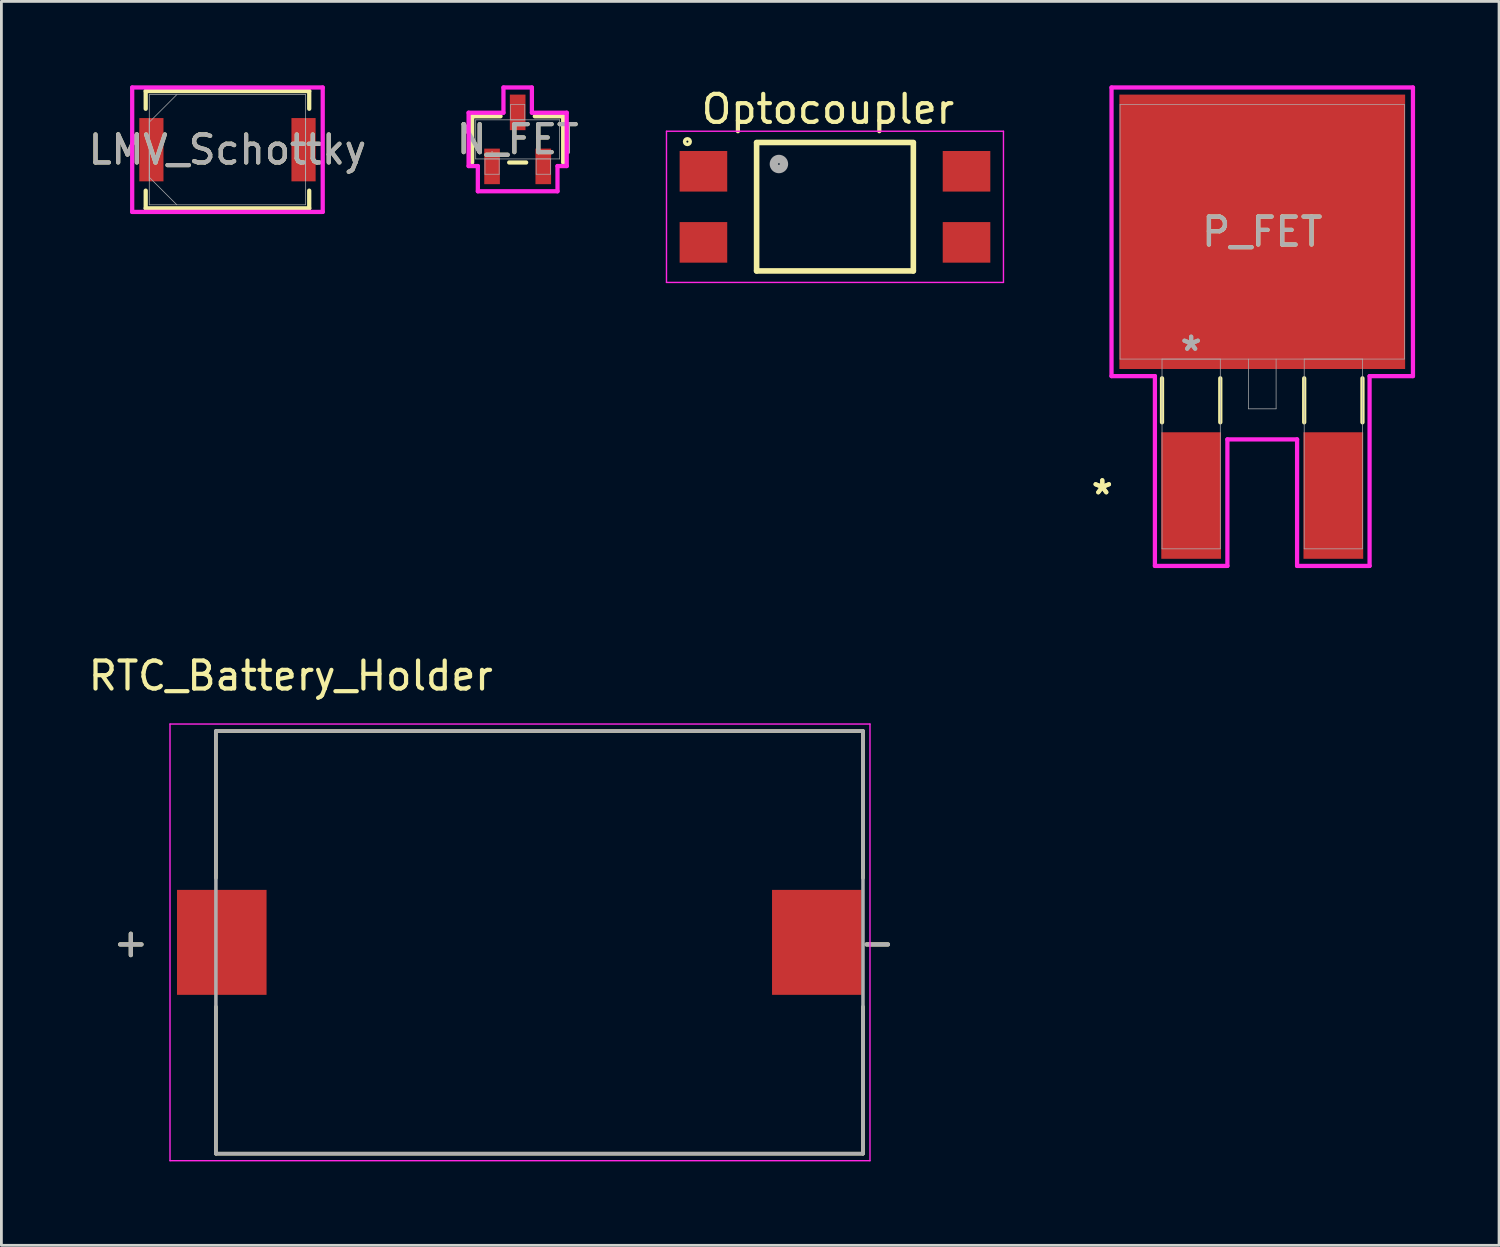
<source format=kicad_pcb>
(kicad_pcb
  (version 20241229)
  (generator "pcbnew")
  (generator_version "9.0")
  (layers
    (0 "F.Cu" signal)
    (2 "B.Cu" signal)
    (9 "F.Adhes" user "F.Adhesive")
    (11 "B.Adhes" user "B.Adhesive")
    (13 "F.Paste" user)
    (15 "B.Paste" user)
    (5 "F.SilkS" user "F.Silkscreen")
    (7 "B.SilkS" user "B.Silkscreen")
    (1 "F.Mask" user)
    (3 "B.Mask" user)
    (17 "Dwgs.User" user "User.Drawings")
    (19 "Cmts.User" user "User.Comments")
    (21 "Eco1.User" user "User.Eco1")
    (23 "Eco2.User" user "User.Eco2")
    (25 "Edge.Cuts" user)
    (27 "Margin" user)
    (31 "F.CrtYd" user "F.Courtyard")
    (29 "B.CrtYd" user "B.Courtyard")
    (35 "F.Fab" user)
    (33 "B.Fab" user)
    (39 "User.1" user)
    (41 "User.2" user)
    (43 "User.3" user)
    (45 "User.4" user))
  (footprint "Optocoupler"
    (layer "F.Cu")
    (at 26.783 4.34)
    (property "Reference" "Optocoupler" (at -0.251 -3.491 0) (layer "F.SilkS") (effects (font (size 1.001 1.001) (thickness 0.15))))
    (attr smd)
    (fp_line (start -2.8 -2.3) (end 2.8 -2.3) (stroke (width 0.2) (type solid)) (layer "F.SilkS"))
    (fp_line (start -2.8 2.29) (end -2.8 -2.29) (stroke (width 0.2) (type solid)) (layer "F.SilkS"))
    (fp_line (start 2.8 -2.29) (end 2.8 2.29) (stroke (width 0.2) (type solid)) (layer "F.SilkS"))
    (fp_line (start 2.8 2.29) (end -2.8 2.29) (stroke (width 0.2) (type solid)) (layer "F.SilkS"))
    (fp_circle (center -5.273 -2.33) (end -5.173 -2.33) (stroke (width 0.127) (type solid)) (fill no) (layer "F.SilkS"))
    (fp_line (start -6.02 -2.7) (end 6.02 -2.7) (stroke (width 0.05) (type solid)) (layer "F.CrtYd"))
    (fp_line (start -6.02 2.7) (end -6.02 -2.7) (stroke (width 0.05) (type solid)) (layer "F.CrtYd"))
    (fp_line (start 6.02 -2.7) (end 6.02 2.7) (stroke (width 0.05) (type solid)) (layer "F.CrtYd"))
    (fp_line (start 6.02 2.7) (end -6.02 2.7) (stroke (width 0.05) (type solid)) (layer "F.CrtYd"))
    (fp_circle (center -2.003 -1.53) (end -1.823 -1.53) (stroke (width 0.3) (type solid)) (fill no) (layer "F.Fab"))
    (pad "1" smd rect (at -4.7 -1.27 180) (size 1.7 1.45) (layers "F.Cu" "F.Mask" "F.Paste"))
    (pad "2" smd rect (at -4.7 1.27 180) (size 1.7 1.45) (layers "F.Cu" "F.Mask" "F.Paste"))
    (pad "3" smd rect (at 4.7 1.27 180) (size 1.7 1.45) (layers "F.Cu" "F.Mask" "F.Paste"))
    (pad "4" smd rect (at 4.7 -1.27 180) (size 1.7 1.45) (layers "F.Cu" "F.Mask" "F.Paste")))
  (footprint "RTC_Battery_Holder"
    (layer "F.Cu")
    (at 16.864 30.62)
    (property "Reference" "RTC_Battery_Holder" (at -9.525 -9.525 0) (layer "F.SilkS") (effects (font (size 1 1) (thickness 0.15))))
    (attr smd)
    (fp_line (start -12.2 -7.55) (end 10.92 -7.55) (stroke (width 0.127) (type solid)) (layer "F.SilkS"))
    (fp_line (start -12.2 -2.3) (end -12.2 -7.55) (stroke (width 0.127) (type solid)) (layer "F.SilkS"))
    (fp_line (start -12.2 7.55) (end -12.2 2.3) (stroke (width 0.127) (type solid)) (layer "F.SilkS"))
    (fp_line (start 10.92 -7.55) (end 10.92 -2.3) (stroke (width 0.127) (type solid)) (layer "F.SilkS"))
    (fp_line (start 10.92 2.3) (end 10.92 7.55) (stroke (width 0.127) (type solid)) (layer "F.SilkS"))
    (fp_line (start 10.92 7.55) (end -12.2 7.55) (stroke (width 0.127) (type solid)) (layer "F.SilkS"))
    (fp_line (start -13.84 -7.8) (end 11.17 -7.8) (stroke (width 0.05) (type solid)) (layer "F.CrtYd"))
    (fp_line (start -13.84 7.8) (end -13.84 -7.8) (stroke (width 0.05) (type solid)) (layer "F.CrtYd"))
    (fp_line (start 11.17 -7.8) (end 11.17 7.8) (stroke (width 0.05) (type solid)) (layer "F.CrtYd"))
    (fp_line (start 11.17 7.8) (end -13.84 7.8) (stroke (width 0.05) (type solid)) (layer "F.CrtYd"))
    (fp_line (start -12.2 -7.55) (end -12.2 7.55) (stroke (width 0.127) (type solid)) (layer "F.Fab"))
    (fp_line (start -12.2 7.55) (end 10.92 7.55) (stroke (width 0.127) (type solid)) (layer "F.Fab"))
    (fp_line (start 10.92 -7.55) (end -12.2 -7.55) (stroke (width 0.127) (type solid)) (layer "F.Fab"))
    (fp_line (start 10.92 7.55) (end 10.92 -7.55) (stroke (width 0.127) (type solid)) (layer "F.Fab"))
    (fp_text user "+" (at -15.24 0 0) (layer "F.SilkS") (effects (font (size 1 1) (thickness 0.15))))
    (fp_text user "-" (at 11.43 0 0) (layer "F.SilkS") (effects (font (size 1 1) (thickness 0.15))))
    (fp_text user "-" (at 11.43 0 0) (layer "F.Fab") (effects (font (size 1 1) (thickness 0.15))))
    (fp_text user "+" (at -15.24 0 0) (layer "F.Fab") (effects (font (size 1 1) (thickness 0.15))))
    (pad "+" smd rect (at -11.99 0) (size 3.2 3.75) (layers "F.Cu" "F.Mask" "F.Paste"))
    (pad "-" smd rect (at 9.27 0) (size 3.2 3.75) (layers "F.Cu" "F.Mask" "F.Paste")))
  (footprint "N_FET"
    (layer "F.Cu")
    (at 15.446 1.93)
    (property "Reference" "N_FET" (at 0 0 0) (unlocked yes) (layer "F.SilkS") (effects (font (size 1 1) (thickness 0.15))))
    (attr smd)
    (fp_line (start -1.626 -0.826) (end -1.626 0.826) (stroke (width 0.152) (type solid)) (layer "F.SilkS"))
    (fp_line (start -0.612 -0.826) (end -1.626 -0.826) (stroke (width 0.152) (type solid)) (layer "F.SilkS"))
    (fp_line (start -0.303 0.826) (end 0.303 0.826) (stroke (width 0.152) (type solid)) (layer "F.SilkS"))
    (fp_line (start 1.626 -0.826) (end 0.612 -0.826) (stroke (width 0.152) (type solid)) (layer "F.SilkS"))
    (fp_line (start 1.626 0.826) (end 1.626 -0.826) (stroke (width 0.152) (type solid)) (layer "F.SilkS"))
    (fp_line (start -1.753 -0.953) (end -0.508 -0.953) (stroke (width 0.152) (type solid)) (layer "F.CrtYd"))
    (fp_line (start -1.753 0.953) (end -1.753 -0.953) (stroke (width 0.152) (type solid)) (layer "F.CrtYd"))
    (fp_line (start -1.753 0.953) (end -1.423 0.953) (stroke (width 0.152) (type solid)) (layer "F.CrtYd"))
    (fp_line (start -1.423 0.953) (end -1.423 1.854) (stroke (width 0.152) (type solid)) (layer "F.CrtYd"))
    (fp_line (start -1.423 1.854) (end 1.423 1.854) (stroke (width 0.152) (type solid)) (layer "F.CrtYd"))
    (fp_line (start -0.508 -1.854) (end 0.508 -1.854) (stroke (width 0.152) (type solid)) (layer "F.CrtYd"))
    (fp_line (start -0.508 -0.953) (end -0.508 -1.854) (stroke (width 0.152) (type solid)) (layer "F.CrtYd"))
    (fp_line (start 0.508 -0.953) (end 0.508 -1.854) (stroke (width 0.152) (type solid)) (layer "F.CrtYd"))
    (fp_line (start 1.423 0.953) (end 1.423 1.854) (stroke (width 0.152) (type solid)) (layer "F.CrtYd"))
    (fp_line (start 1.753 -0.953) (end 0.508 -0.953) (stroke (width 0.152) (type solid)) (layer "F.CrtYd"))
    (fp_line (start 1.753 -0.953) (end 1.753 0.953) (stroke (width 0.152) (type solid)) (layer "F.CrtYd"))
    (fp_line (start 1.753 0.953) (end 1.423 0.953) (stroke (width 0.152) (type solid)) (layer "F.CrtYd"))
    (fp_line (start -1.499 -0.699) (end -1.499 0.699) (stroke (width 0.025) (type solid)) (layer "F.Fab"))
    (fp_line (start -1.499 0.699) (end 1.499 0.699) (stroke (width 0.025) (type solid)) (layer "F.Fab"))
    (fp_line (start -1.169 0.699) (end -1.169 1.245) (stroke (width 0.025) (type solid)) (layer "F.Fab"))
    (fp_line (start -1.169 1.245) (end -0.661 1.245) (stroke (width 0.025) (type solid)) (layer "F.Fab"))
    (fp_line (start -0.661 0.699) (end -1.169 0.699) (stroke (width 0.025) (type solid)) (layer "F.Fab"))
    (fp_line (start -0.661 1.245) (end -0.661 0.699) (stroke (width 0.025) (type solid)) (layer "F.Fab"))
    (fp_line (start -0.254 -1.245) (end -0.254 -0.699) (stroke (width 0.025) (type solid)) (layer "F.Fab"))
    (fp_line (start -0.254 -0.699) (end 0.254 -0.699) (stroke (width 0.025) (type solid)) (layer "F.Fab"))
    (fp_line (start 0.254 -1.245) (end -0.254 -1.245) (stroke (width 0.025) (type solid)) (layer "F.Fab"))
    (fp_line (start 0.254 -0.699) (end 0.254 -1.245) (stroke (width 0.025) (type solid)) (layer "F.Fab"))
    (fp_line (start 0.661 0.699) (end 0.661 1.245) (stroke (width 0.025) (type solid)) (layer "F.Fab"))
    (fp_line (start 0.661 1.245) (end 1.169 1.245) (stroke (width 0.025) (type solid)) (layer "F.Fab"))
    (fp_line (start 1.169 0.699) (end 0.661 0.699) (stroke (width 0.025) (type solid)) (layer "F.Fab"))
    (fp_line (start 1.169 1.245) (end 1.169 0.699) (stroke (width 0.025) (type solid)) (layer "F.Fab"))
    (fp_line (start 1.499 -0.699) (end -1.499 -0.699) (stroke (width 0.025) (type solid)) (layer "F.Fab"))
    (fp_line (start 1.499 0.699) (end 1.499 -0.699) (stroke (width 0.025) (type solid)) (layer "F.Fab"))
    (fp_circle (center -0.915 0.445) (end -0.915 0.445) (stroke (width 0.025) (type solid)) (fill no) (layer "F.Fab"))
    (fp_text user "${REFERENCE}" (at 0 0 0) (unlocked yes) (layer "F.Fab") (effects (font (size 1 1) (thickness 0.15))))
    (pad "1" smd rect (at -0.915 0.965) (size 0.559 1.27) (layers "F.Cu" "F.Mask" "F.Paste"))
    (pad "2" smd rect (at 0.915 0.965) (size 0.559 1.27) (layers "F.Cu" "F.Mask" "F.Paste"))
    (pad "3" smd rect (at 0 -0.965) (size 0.559 1.27) (layers "F.Cu" "F.Mask" "F.Paste")))
  (footprint "LMV_Schottky"
    (layer "F.Cu")
    (at 5.077 2.299)
    (property "Reference" "LMV_Schottky" (at 0 0 0) (unlocked yes) (layer "F.SilkS") (effects (font (size 1 1) (thickness 0.15))))
    (attr smd)
    (fp_line (start -2.921 -2.095) (end -2.921 -1.463) (stroke (width 0.152) (type solid)) (layer "F.SilkS"))
    (fp_line (start -2.921 1.463) (end -2.921 2.095) (stroke (width 0.152) (type solid)) (layer "F.SilkS"))
    (fp_line (start -2.921 2.095) (end 2.921 2.095) (stroke (width 0.152) (type solid)) (layer "F.SilkS"))
    (fp_line (start 2.921 -2.095) (end -2.921 -2.095) (stroke (width 0.152) (type solid)) (layer "F.SilkS"))
    (fp_line (start 2.921 -1.463) (end 2.921 -2.095) (stroke (width 0.152) (type solid)) (layer "F.SilkS"))
    (fp_line (start 2.921 2.095) (end 2.921 1.463) (stroke (width 0.152) (type solid)) (layer "F.SilkS"))
    (fp_line (start -3.404 -2.223) (end 3.404 -2.223) (stroke (width 0.152) (type solid)) (layer "F.CrtYd"))
    (fp_line (start -3.404 2.223) (end -3.404 -2.223) (stroke (width 0.152) (type solid)) (layer "F.CrtYd"))
    (fp_line (start 3.404 -2.223) (end 3.404 2.223) (stroke (width 0.152) (type solid)) (layer "F.CrtYd"))
    (fp_line (start 3.404 2.223) (end -3.404 2.223) (stroke (width 0.152) (type solid)) (layer "F.CrtYd"))
    (fp_line (start -2.794 -1.968) (end -2.794 1.968) (stroke (width 0.025) (type solid)) (layer "F.Fab"))
    (fp_line (start -2.794 -1.105) (end -2.794 -1.105) (stroke (width 0.025) (type solid)) (layer "F.Fab"))
    (fp_line (start -2.794 -1.105) (end -2.794 1.105) (stroke (width 0.025) (type solid)) (layer "F.Fab"))
    (fp_line (start -2.794 -0.984) (end -1.81 -1.968) (stroke (width 0.025) (type solid)) (layer "F.Fab"))
    (fp_line (start -2.794 0.984) (end -1.81 1.968) (stroke (width 0.025) (type solid)) (layer "F.Fab"))
    (fp_line (start -2.794 1.105) (end -2.794 -1.105) (stroke (width 0.025) (type solid)) (layer "F.Fab"))
    (fp_line (start -2.794 1.105) (end -2.794 1.105) (stroke (width 0.025) (type solid)) (layer "F.Fab"))
    (fp_line (start -2.794 1.968) (end 2.794 1.968) (stroke (width 0.025) (type solid)) (layer "F.Fab"))
    (fp_line (start 2.794 -1.968) (end -2.794 -1.968) (stroke (width 0.025) (type solid)) (layer "F.Fab"))
    (fp_line (start 2.794 -1.105) (end 2.794 -1.105) (stroke (width 0.025) (type solid)) (layer "F.Fab"))
    (fp_line (start 2.794 -1.105) (end 2.794 1.105) (stroke (width 0.025) (type solid)) (layer "F.Fab"))
    (fp_line (start 2.794 1.105) (end 2.794 -1.105) (stroke (width 0.025) (type solid)) (layer "F.Fab"))
    (fp_line (start 2.794 1.105) (end 2.794 1.105) (stroke (width 0.025) (type solid)) (layer "F.Fab"))
    (fp_line (start 2.794 1.968) (end 2.794 -1.968) (stroke (width 0.025) (type solid)) (layer "F.Fab"))
    (fp_circle (center -2.718 0) (end -2.718 0) (stroke (width 0.025) (type solid)) (fill no) (layer "F.Fab"))
    (fp_text user "${REFERENCE}" (at 0 0 0) (unlocked yes) (layer "F.Fab") (effects (font (size 1 1) (thickness 0.15))))
    (pad "1" smd rect (at -2.718 0) (size 0.864 2.261) (layers "F.Cu" "F.Mask" "F.Paste"))
    (pad "2" smd rect (at 2.718 0) (size 0.864 2.261) (layers "F.Cu" "F.Mask" "F.Paste"))
    (zone (net_name "") (layer "F.Cu") (hatch full 0.508) (connect_pads) (min_thickness 0.254) (filled_areas_thickness no) (keepout (tracks not_allowed) (vias not_allowed) (pads allowed) (copperpour not_allowed) (footprints allowed)) (placement (enabled no)) (fill) (polygon (pts (xy 2.842 0.381) (xy 7.313 0.381) (xy 7.313 4.216) (xy 2.842 4.216)))))
  (footprint "P_FET"
    (layer "F.Cu")
    (at 42.049 5.232)
    (property "Reference" "P_FET" (at 0 0 0) (unlocked yes) (layer "F.SilkS") (effects (font (size 1 1) (thickness 0.15))))
    (attr smd)
    (fp_line (start -3.581 5.235) (end -3.581 6.807) (stroke (width 0.152) (type solid)) (layer "F.SilkS"))
    (fp_line (start -1.499 5.235) (end -1.499 6.807) (stroke (width 0.152) (type solid)) (layer "F.SilkS"))
    (fp_line (start 1.499 5.235) (end 1.499 6.807) (stroke (width 0.152) (type solid)) (layer "F.SilkS"))
    (fp_line (start 3.581 5.235) (end 3.581 6.807) (stroke (width 0.152) (type solid)) (layer "F.SilkS"))
    (fp_line (start -5.385 -5.156) (end 5.385 -5.156) (stroke (width 0.152) (type solid)) (layer "F.CrtYd"))
    (fp_line (start -5.385 5.156) (end -5.385 -5.156) (stroke (width 0.152) (type solid)) (layer "F.CrtYd"))
    (fp_line (start -3.835 5.156) (end -5.385 5.156) (stroke (width 0.152) (type solid)) (layer "F.CrtYd"))
    (fp_line (start -3.835 11.938) (end -3.835 5.156) (stroke (width 0.152) (type solid)) (layer "F.CrtYd"))
    (fp_line (start -1.245 7.417) (end -1.245 11.938) (stroke (width 0.152) (type solid)) (layer "F.CrtYd"))
    (fp_line (start -1.245 11.938) (end -3.835 11.938) (stroke (width 0.152) (type solid)) (layer "F.CrtYd"))
    (fp_line (start 1.245 7.417) (end -1.245 7.417) (stroke (width 0.152) (type solid)) (layer "F.CrtYd"))
    (fp_line (start 1.245 11.938) (end 1.245 7.417) (stroke (width 0.152) (type solid)) (layer "F.CrtYd"))
    (fp_line (start 3.835 5.156) (end 3.835 11.938) (stroke (width 0.152) (type solid)) (layer "F.CrtYd"))
    (fp_line (start 3.835 11.938) (end 1.245 11.938) (stroke (width 0.152) (type solid)) (layer "F.CrtYd"))
    (fp_line (start 5.385 -5.156) (end 5.385 5.156) (stroke (width 0.152) (type solid)) (layer "F.CrtYd"))
    (fp_line (start 5.385 5.156) (end 3.835 5.156) (stroke (width 0.152) (type solid)) (layer "F.CrtYd"))
    (fp_line (start -5.08 -4.547) (end -5.08 4.547) (stroke (width 0.025) (type solid)) (layer "F.Fab"))
    (fp_line (start -5.08 4.547) (end 5.08 4.547) (stroke (width 0.025) (type solid)) (layer "F.Fab"))
    (fp_line (start -3.581 4.547) (end -3.581 11.328) (stroke (width 0.025) (type solid)) (layer "F.Fab"))
    (fp_line (start -3.581 11.328) (end -1.499 11.328) (stroke (width 0.025) (type solid)) (layer "F.Fab"))
    (fp_line (start -1.499 4.547) (end -3.581 4.547) (stroke (width 0.025) (type solid)) (layer "F.Fab"))
    (fp_line (start -1.499 11.328) (end -1.499 4.547) (stroke (width 0.025) (type solid)) (layer "F.Fab"))
    (fp_line (start -0.495 4.547) (end -0.495 6.325) (stroke (width 0.025) (type solid)) (layer "F.Fab"))
    (fp_line (start -0.495 6.325) (end 0.495 6.325) (stroke (width 0.025) (type solid)) (layer "F.Fab"))
    (fp_line (start 0.495 6.325) (end 0.495 4.547) (stroke (width 0.025) (type solid)) (layer "F.Fab"))
    (fp_line (start 1.499 4.547) (end 1.499 11.328) (stroke (width 0.025) (type solid)) (layer "F.Fab"))
    (fp_line (start 1.499 11.328) (end 3.581 11.328) (stroke (width 0.025) (type solid)) (layer "F.Fab"))
    (fp_line (start 3.581 4.547) (end 1.499 4.547) (stroke (width 0.025) (type solid)) (layer "F.Fab"))
    (fp_line (start 3.581 11.328) (end 3.581 4.547) (stroke (width 0.025) (type solid)) (layer "F.Fab"))
    (fp_line (start 5.08 -4.547) (end -5.08 -4.547) (stroke (width 0.025) (type solid)) (layer "F.Fab"))
    (fp_line (start 5.08 4.547) (end 5.08 -4.547) (stroke (width 0.025) (type solid)) (layer "F.Fab"))
    (fp_text user "*" (at -5.715 9.423 0) (layer "F.SilkS") (effects (font (size 1 1) (thickness 0.15))))
    (fp_text user "*" (at -5.715 9.423 0) (unlocked yes) (layer "F.SilkS") (effects (font (size 1 1) (thickness 0.15))))
    (fp_text user "${REFERENCE}" (at 0 0 0) (unlocked yes) (layer "F.Fab") (effects (font (size 1 1) (thickness 0.15))))
    (fp_text user "*" (at -2.54 4.293 0) (layer "F.Fab") (effects (font (size 1 1) (thickness 0.15))))
    (fp_text user "*" (at -2.54 4.293 0) (unlocked yes) (layer "F.Fab") (effects (font (size 1 1) (thickness 0.15))))
    (pad "1" smd rect (at -2.54 9.423) (size 2.134 4.521) (layers "F.Cu" "F.Mask" "F.Paste"))
    (pad "2" smd rect (at 0 0) (size 10.211 9.804) (layers "F.Cu" "F.Mask" "F.Paste"))
    (pad "3" smd rect (at 2.54 9.423) (size 2.134 4.521) (layers "F.Cu" "F.Mask" "F.Paste")))
  (gr_rect
    (start -3 -3)
    (end 50.51 41.445)
    (stroke (width 0.1) (type default))
    (fill no)
    (layer "Edge.Cuts")))
</source>
